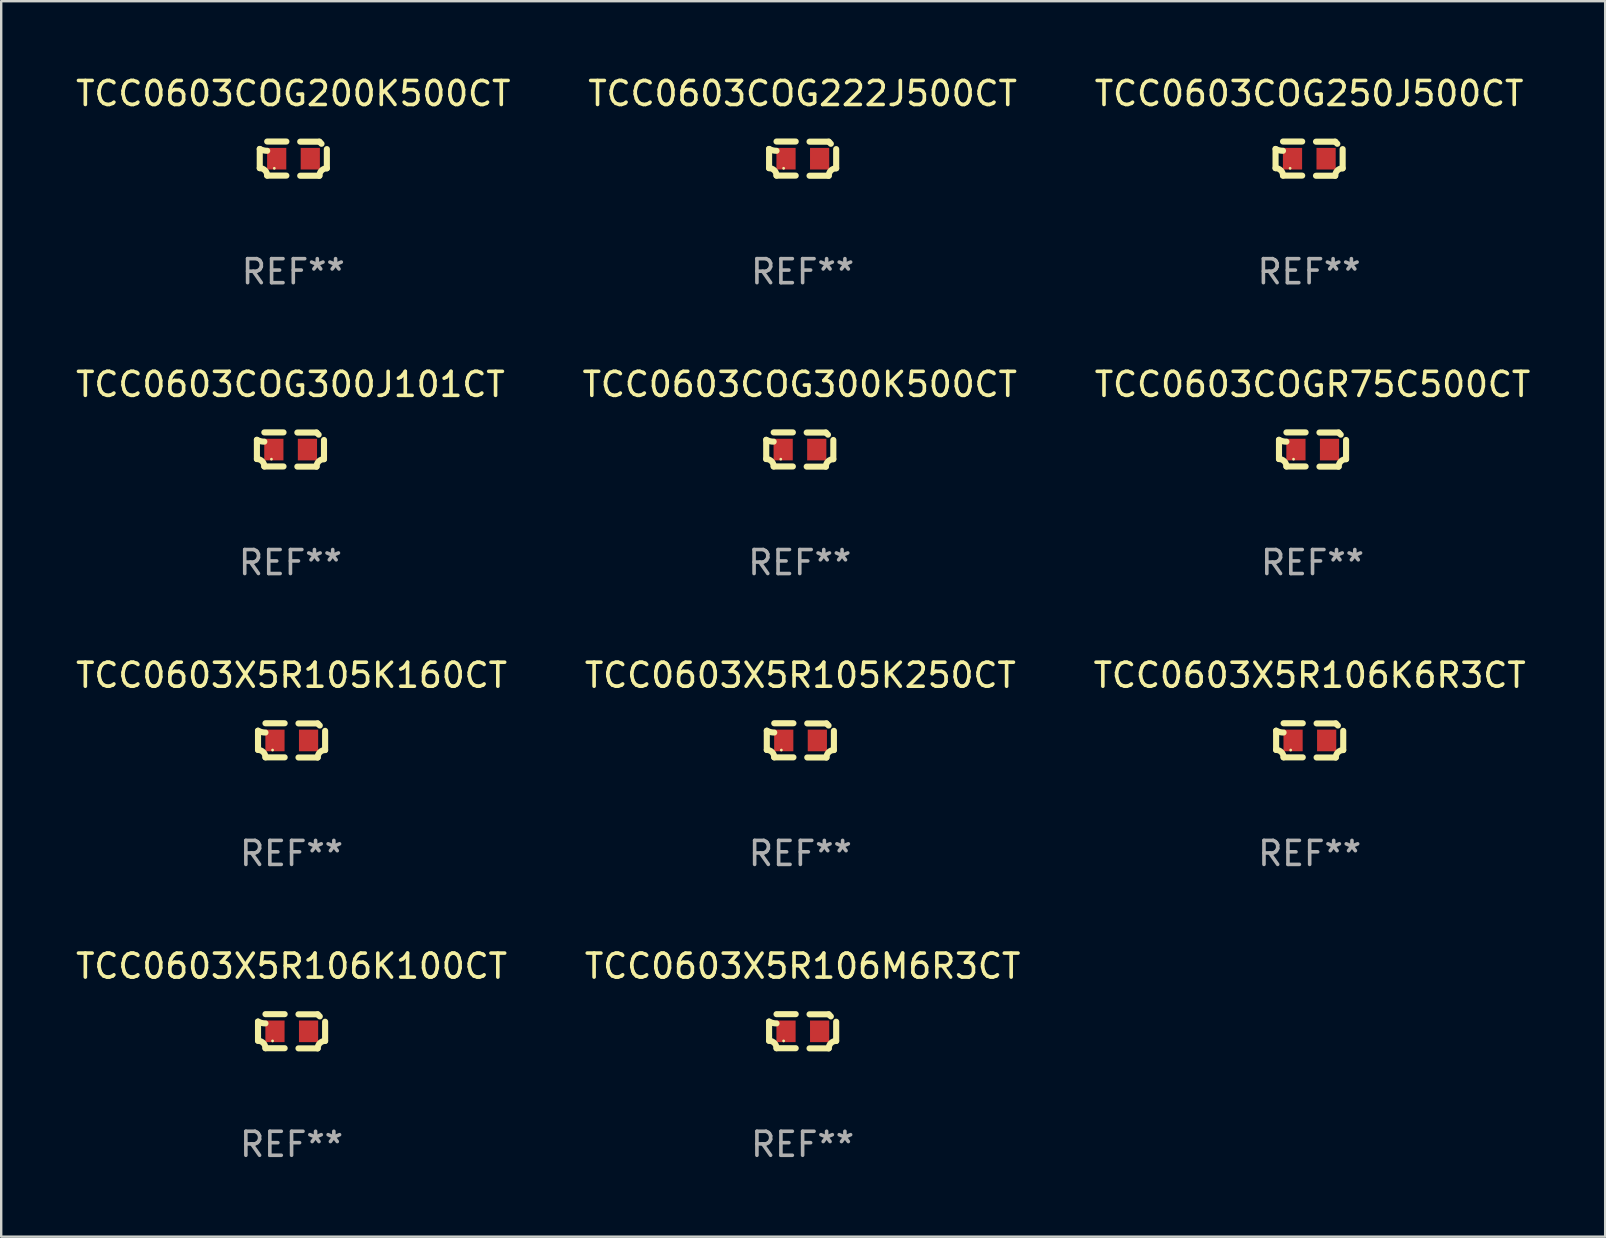
<source format=kicad_pcb>
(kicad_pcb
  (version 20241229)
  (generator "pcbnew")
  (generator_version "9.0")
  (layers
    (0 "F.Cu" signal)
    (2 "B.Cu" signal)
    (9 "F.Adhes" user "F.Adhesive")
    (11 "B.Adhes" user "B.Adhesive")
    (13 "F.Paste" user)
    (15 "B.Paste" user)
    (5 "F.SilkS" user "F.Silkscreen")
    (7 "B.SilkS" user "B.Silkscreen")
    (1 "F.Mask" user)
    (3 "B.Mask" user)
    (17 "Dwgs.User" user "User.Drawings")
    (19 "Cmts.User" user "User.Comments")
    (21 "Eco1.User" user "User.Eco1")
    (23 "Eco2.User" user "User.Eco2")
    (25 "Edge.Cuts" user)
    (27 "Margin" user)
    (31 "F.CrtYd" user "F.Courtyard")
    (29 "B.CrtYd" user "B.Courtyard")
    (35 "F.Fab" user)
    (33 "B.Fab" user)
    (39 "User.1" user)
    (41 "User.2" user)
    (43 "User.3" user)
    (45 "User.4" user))
  (footprint "TCC0603COG222J500CT"
    (layer "F.Cu")
    (at 30.399 3.561)
    (property "Reference" "TCC0603COG222J500CT" (at 0 -2.713 0) (layer "F.SilkS") (effects (font (size 1 1) (thickness 0.15))))
    (attr through_hole)
    (fp_line (start -1.398 -0.403) (end -1.398 0.397) (stroke (width 0.254) (type solid)) (layer "F.SilkS"))
    (fp_line (start -0.288 -0.713) (end -1.088 -0.713) (stroke (width 0.254) (type solid)) (layer "F.SilkS"))
    (fp_line (start -0.288 0.707) (end -1.088 0.707) (stroke (width 0.254) (type solid)) (layer "F.SilkS"))
    (fp_line (start 0.288 -0.707) (end 1.088 -0.707) (stroke (width 0.254) (type solid)) (layer "F.SilkS"))
    (fp_line (start 0.288 0.713) (end 1.088 0.713) (stroke (width 0.254) (type solid)) (layer "F.SilkS"))
    (fp_line (start 1.398 -0.397) (end 1.398 0.403) (stroke (width 0.254) (type solid)) (layer "F.SilkS"))
    (fp_arc (start -1.397789 0.397066) (mid -1.178701 0.487826) (end -1.08796 0.706922) (stroke (width 0.254001) (type solid)) (layer "F.SilkS"))
    (fp_arc (start -1.08796 -0.327176) (mid -1.247436 -0.346384) (end -1.39779 -0.402908) (stroke (width 0.254001) (type solid)) (layer "F.SilkS"))
    (fp_arc (start 1.087909 0.712738) (mid 1.178656 0.493655) (end 1.397739 0.402908) (stroke (width 0.254001) (type solid)) (layer "F.SilkS"))
    (fp_arc (start 1.175925 -0.618926) (mid 1.131917 -0.662923) (end 1.08791 -0.706922) (stroke (width 0.254001) (type solid)) (layer "F.SilkS"))
    (fp_circle (center -0.792 0.403) (end -0.762 0.403) (stroke (width 0.06) (type solid)) (fill no) (layer "F.SilkS"))
    (fp_text user "REF**" (at 0 4.713 0) (layer "F.Fab") (effects (font (size 1 1) (thickness 0.15))))
    (pad "1" smd rect (at -0.692 0.003) (size 0.8 0.9) (layers "F.Cu" "F.Mask" "F.Paste"))
    (pad "2" smd rect (at 0.708 0.003) (size 0.8 0.9) (layers "F.Cu" "F.Mask" "F.Paste")))
  (footprint "TCC0603COG300J101CT"
    (layer "F.Cu")
    (at 9.054 15.683)
    (property "Reference" "TCC0603COG300J101CT" (at 0 -2.713 0) (layer "F.SilkS") (effects (font (size 1 1) (thickness 0.15))))
    (attr through_hole)
    (fp_line (start -1.398 -0.403) (end -1.398 0.397) (stroke (width 0.254) (type solid)) (layer "F.SilkS"))
    (fp_line (start -0.288 -0.713) (end -1.088 -0.713) (stroke (width 0.254) (type solid)) (layer "F.SilkS"))
    (fp_line (start -0.288 0.707) (end -1.088 0.707) (stroke (width 0.254) (type solid)) (layer "F.SilkS"))
    (fp_line (start 0.288 -0.707) (end 1.088 -0.707) (stroke (width 0.254) (type solid)) (layer "F.SilkS"))
    (fp_line (start 0.288 0.713) (end 1.088 0.713) (stroke (width 0.254) (type solid)) (layer "F.SilkS"))
    (fp_line (start 1.398 -0.397) (end 1.398 0.403) (stroke (width 0.254) (type solid)) (layer "F.SilkS"))
    (fp_arc (start -1.397789 0.397066) (mid -1.178701 0.487826) (end -1.08796 0.706922) (stroke (width 0.254001) (type solid)) (layer "F.SilkS"))
    (fp_arc (start -1.08796 -0.327176) (mid -1.247436 -0.346384) (end -1.39779 -0.402908) (stroke (width 0.254001) (type solid)) (layer "F.SilkS"))
    (fp_arc (start 1.087909 0.712738) (mid 1.178656 0.493655) (end 1.397739 0.402908) (stroke (width 0.254001) (type solid)) (layer "F.SilkS"))
    (fp_arc (start 1.175925 -0.618926) (mid 1.131917 -0.662923) (end 1.08791 -0.706922) (stroke (width 0.254001) (type solid)) (layer "F.SilkS"))
    (fp_circle (center -0.792 0.403) (end -0.762 0.403) (stroke (width 0.06) (type solid)) (fill no) (layer "F.SilkS"))
    (fp_text user "REF**" (at 0 4.713 0) (layer "F.Fab") (effects (font (size 1 1) (thickness 0.15))))
    (pad "1" smd rect (at -0.692 0.003) (size 0.8 0.9) (layers "F.Cu" "F.Mask" "F.Paste"))
    (pad "2" smd rect (at 0.708 0.003) (size 0.8 0.9) (layers "F.Cu" "F.Mask" "F.Paste")))
  (footprint "TCC0603X5R106M6R3CT"
    (layer "F.Cu")
    (at 30.399 39.927)
    (property "Reference" "TCC0603X5R106M6R3CT" (at 0 -2.713 0) (layer "F.SilkS") (effects (font (size 1 1) (thickness 0.15))))
    (attr through_hole)
    (fp_line (start -1.398 -0.403) (end -1.398 0.397) (stroke (width 0.254) (type solid)) (layer "F.SilkS"))
    (fp_line (start -0.288 -0.713) (end -1.088 -0.713) (stroke (width 0.254) (type solid)) (layer "F.SilkS"))
    (fp_line (start -0.288 0.707) (end -1.088 0.707) (stroke (width 0.254) (type solid)) (layer "F.SilkS"))
    (fp_line (start 0.288 -0.707) (end 1.088 -0.707) (stroke (width 0.254) (type solid)) (layer "F.SilkS"))
    (fp_line (start 0.288 0.713) (end 1.088 0.713) (stroke (width 0.254) (type solid)) (layer "F.SilkS"))
    (fp_line (start 1.398 -0.397) (end 1.398 0.403) (stroke (width 0.254) (type solid)) (layer "F.SilkS"))
    (fp_arc (start -1.397789 0.397066) (mid -1.178701 0.487826) (end -1.08796 0.706922) (stroke (width 0.254001) (type solid)) (layer "F.SilkS"))
    (fp_arc (start -1.08796 -0.327176) (mid -1.247436 -0.346384) (end -1.39779 -0.402908) (stroke (width 0.254001) (type solid)) (layer "F.SilkS"))
    (fp_arc (start 1.087909 0.712738) (mid 1.178656 0.493655) (end 1.397739 0.402908) (stroke (width 0.254001) (type solid)) (layer "F.SilkS"))
    (fp_arc (start 1.175925 -0.618926) (mid 1.131917 -0.662923) (end 1.08791 -0.706922) (stroke (width 0.254001) (type solid)) (layer "F.SilkS"))
    (fp_circle (center -0.792 0.403) (end -0.762 0.403) (stroke (width 0.06) (type solid)) (fill no) (layer "F.SilkS"))
    (fp_text user "REF**" (at 0 4.713 0) (layer "F.Fab") (effects (font (size 1 1) (thickness 0.15))))
    (pad "1" smd rect (at -0.692 0.003) (size 0.8 0.9) (layers "F.Cu" "F.Mask" "F.Paste"))
    (pad "2" smd rect (at 0.708 0.003) (size 0.8 0.9) (layers "F.Cu" "F.Mask" "F.Paste")))
  (footprint "TCC0603COG200K500CT"
    (layer "F.Cu")
    (at 9.173 3.561)
    (property "Reference" "TCC0603COG200K500CT" (at 0 -2.713 0) (layer "F.SilkS") (effects (font (size 1 1) (thickness 0.15))))
    (attr through_hole)
    (fp_line (start -1.398 -0.403) (end -1.398 0.397) (stroke (width 0.254) (type solid)) (layer "F.SilkS"))
    (fp_line (start -0.288 -0.713) (end -1.088 -0.713) (stroke (width 0.254) (type solid)) (layer "F.SilkS"))
    (fp_line (start -0.288 0.707) (end -1.088 0.707) (stroke (width 0.254) (type solid)) (layer "F.SilkS"))
    (fp_line (start 0.288 -0.707) (end 1.088 -0.707) (stroke (width 0.254) (type solid)) (layer "F.SilkS"))
    (fp_line (start 0.288 0.713) (end 1.088 0.713) (stroke (width 0.254) (type solid)) (layer "F.SilkS"))
    (fp_line (start 1.398 -0.397) (end 1.398 0.403) (stroke (width 0.254) (type solid)) (layer "F.SilkS"))
    (fp_arc (start -1.397789 0.397066) (mid -1.178701 0.487826) (end -1.08796 0.706922) (stroke (width 0.254001) (type solid)) (layer "F.SilkS"))
    (fp_arc (start -1.08796 -0.327176) (mid -1.247436 -0.346384) (end -1.39779 -0.402908) (stroke (width 0.254001) (type solid)) (layer "F.SilkS"))
    (fp_arc (start 1.087909 0.712738) (mid 1.178656 0.493655) (end 1.397739 0.402908) (stroke (width 0.254001) (type solid)) (layer "F.SilkS"))
    (fp_arc (start 1.175925 -0.618926) (mid 1.131917 -0.662923) (end 1.08791 -0.706922) (stroke (width 0.254001) (type solid)) (layer "F.SilkS"))
    (fp_circle (center -0.792 0.403) (end -0.762 0.403) (stroke (width 0.06) (type solid)) (fill no) (layer "F.SilkS"))
    (fp_text user "REF**" (at 0 4.713 0) (layer "F.Fab") (effects (font (size 1 1) (thickness 0.15))))
    (pad "1" smd rect (at -0.692 0.003) (size 0.8 0.9) (layers "F.Cu" "F.Mask" "F.Paste"))
    (pad "2" smd rect (at 0.708 0.003) (size 0.8 0.9) (layers "F.Cu" "F.Mask" "F.Paste")))
  (footprint "TCC0603X5R106K100CT"
    (layer "F.Cu")
    (at 9.101 39.927)
    (property "Reference" "TCC0603X5R106K100CT" (at 0 -2.713 0) (layer "F.SilkS") (effects (font (size 1 1) (thickness 0.15))))
    (attr through_hole)
    (fp_line (start -1.398 -0.403) (end -1.398 0.397) (stroke (width 0.254) (type solid)) (layer "F.SilkS"))
    (fp_line (start -0.288 -0.713) (end -1.088 -0.713) (stroke (width 0.254) (type solid)) (layer "F.SilkS"))
    (fp_line (start -0.288 0.707) (end -1.088 0.707) (stroke (width 0.254) (type solid)) (layer "F.SilkS"))
    (fp_line (start 0.288 -0.707) (end 1.088 -0.707) (stroke (width 0.254) (type solid)) (layer "F.SilkS"))
    (fp_line (start 0.288 0.713) (end 1.088 0.713) (stroke (width 0.254) (type solid)) (layer "F.SilkS"))
    (fp_line (start 1.398 -0.397) (end 1.398 0.403) (stroke (width 0.254) (type solid)) (layer "F.SilkS"))
    (fp_arc (start -1.397789 0.397066) (mid -1.178701 0.487826) (end -1.08796 0.706922) (stroke (width 0.254001) (type solid)) (layer "F.SilkS"))
    (fp_arc (start -1.08796 -0.327176) (mid -1.247436 -0.346384) (end -1.39779 -0.402908) (stroke (width 0.254001) (type solid)) (layer "F.SilkS"))
    (fp_arc (start 1.087909 0.712738) (mid 1.178656 0.493655) (end 1.397739 0.402908) (stroke (width 0.254001) (type solid)) (layer "F.SilkS"))
    (fp_arc (start 1.175925 -0.618926) (mid 1.131917 -0.662923) (end 1.08791 -0.706922) (stroke (width 0.254001) (type solid)) (layer "F.SilkS"))
    (fp_circle (center -0.792 0.403) (end -0.762 0.403) (stroke (width 0.06) (type solid)) (fill no) (layer "F.SilkS"))
    (fp_text user "REF**" (at 0 4.713 0) (layer "F.Fab") (effects (font (size 1 1) (thickness 0.15))))
    (pad "1" smd rect (at -0.692 0.003) (size 0.8 0.9) (layers "F.Cu" "F.Mask" "F.Paste"))
    (pad "2" smd rect (at 0.708 0.003) (size 0.8 0.9) (layers "F.Cu" "F.Mask" "F.Paste")))
  (footprint "TCC0603X5R106K6R3CT"
    (layer "F.Cu")
    (at 51.53 27.805)
    (property "Reference" "TCC0603X5R106K6R3CT" (at 0 -2.713 0) (layer "F.SilkS") (effects (font (size 1 1) (thickness 0.15))))
    (attr through_hole)
    (fp_line (start -1.398 -0.403) (end -1.398 0.397) (stroke (width 0.254) (type solid)) (layer "F.SilkS"))
    (fp_line (start -0.288 -0.713) (end -1.088 -0.713) (stroke (width 0.254) (type solid)) (layer "F.SilkS"))
    (fp_line (start -0.288 0.707) (end -1.088 0.707) (stroke (width 0.254) (type solid)) (layer "F.SilkS"))
    (fp_line (start 0.288 -0.707) (end 1.088 -0.707) (stroke (width 0.254) (type solid)) (layer "F.SilkS"))
    (fp_line (start 0.288 0.713) (end 1.088 0.713) (stroke (width 0.254) (type solid)) (layer "F.SilkS"))
    (fp_line (start 1.398 -0.397) (end 1.398 0.403) (stroke (width 0.254) (type solid)) (layer "F.SilkS"))
    (fp_arc (start -1.397789 0.397066) (mid -1.178701 0.487826) (end -1.08796 0.706922) (stroke (width 0.254001) (type solid)) (layer "F.SilkS"))
    (fp_arc (start -1.08796 -0.327176) (mid -1.247436 -0.346384) (end -1.39779 -0.402908) (stroke (width 0.254001) (type solid)) (layer "F.SilkS"))
    (fp_arc (start 1.087909 0.712738) (mid 1.178656 0.493655) (end 1.397739 0.402908) (stroke (width 0.254001) (type solid)) (layer "F.SilkS"))
    (fp_arc (start 1.175925 -0.618926) (mid 1.131917 -0.662923) (end 1.08791 -0.706922) (stroke (width 0.254001) (type solid)) (layer "F.SilkS"))
    (fp_circle (center -0.792 0.403) (end -0.762 0.403) (stroke (width 0.06) (type solid)) (fill no) (layer "F.SilkS"))
    (fp_text user "REF**" (at 0 4.713 0) (layer "F.Fab") (effects (font (size 1 1) (thickness 0.15))))
    (pad "1" smd rect (at -0.692 0.003) (size 0.8 0.9) (layers "F.Cu" "F.Mask" "F.Paste"))
    (pad "2" smd rect (at 0.708 0.003) (size 0.8 0.9) (layers "F.Cu" "F.Mask" "F.Paste")))
  (footprint "TCC0603X5R105K160CT"
    (layer "F.Cu")
    (at 9.101 27.805)
    (property "Reference" "TCC0603X5R105K160CT" (at 0 -2.713 0) (layer "F.SilkS") (effects (font (size 1 1) (thickness 0.15))))
    (attr through_hole)
    (fp_line (start -1.398 -0.403) (end -1.398 0.397) (stroke (width 0.254) (type solid)) (layer "F.SilkS"))
    (fp_line (start -0.288 -0.713) (end -1.088 -0.713) (stroke (width 0.254) (type solid)) (layer "F.SilkS"))
    (fp_line (start -0.288 0.707) (end -1.088 0.707) (stroke (width 0.254) (type solid)) (layer "F.SilkS"))
    (fp_line (start 0.288 -0.707) (end 1.088 -0.707) (stroke (width 0.254) (type solid)) (layer "F.SilkS"))
    (fp_line (start 0.288 0.713) (end 1.088 0.713) (stroke (width 0.254) (type solid)) (layer "F.SilkS"))
    (fp_line (start 1.398 -0.397) (end 1.398 0.403) (stroke (width 0.254) (type solid)) (layer "F.SilkS"))
    (fp_arc (start -1.397789 0.397066) (mid -1.178701 0.487826) (end -1.08796 0.706922) (stroke (width 0.254001) (type solid)) (layer "F.SilkS"))
    (fp_arc (start -1.08796 -0.327176) (mid -1.247436 -0.346384) (end -1.39779 -0.402908) (stroke (width 0.254001) (type solid)) (layer "F.SilkS"))
    (fp_arc (start 1.087909 0.712738) (mid 1.178656 0.493655) (end 1.397739 0.402908) (stroke (width 0.254001) (type solid)) (layer "F.SilkS"))
    (fp_arc (start 1.175925 -0.618926) (mid 1.131917 -0.662923) (end 1.08791 -0.706922) (stroke (width 0.254001) (type solid)) (layer "F.SilkS"))
    (fp_circle (center -0.792 0.403) (end -0.762 0.403) (stroke (width 0.06) (type solid)) (fill no) (layer "F.SilkS"))
    (fp_text user "REF**" (at 0 4.713 0) (layer "F.Fab") (effects (font (size 1 1) (thickness 0.15))))
    (pad "1" smd rect (at -0.692 0.003) (size 0.8 0.9) (layers "F.Cu" "F.Mask" "F.Paste"))
    (pad "2" smd rect (at 0.708 0.003) (size 0.8 0.9) (layers "F.Cu" "F.Mask" "F.Paste")))
  (footprint "TCC0603COG300K500CT"
    (layer "F.Cu")
    (at 30.28 15.683)
    (property "Reference" "TCC0603COG300K500CT" (at 0 -2.713 0) (layer "F.SilkS") (effects (font (size 1 1) (thickness 0.15))))
    (attr through_hole)
    (fp_line (start -1.398 -0.403) (end -1.398 0.397) (stroke (width 0.254) (type solid)) (layer "F.SilkS"))
    (fp_line (start -0.288 -0.713) (end -1.088 -0.713) (stroke (width 0.254) (type solid)) (layer "F.SilkS"))
    (fp_line (start -0.288 0.707) (end -1.088 0.707) (stroke (width 0.254) (type solid)) (layer "F.SilkS"))
    (fp_line (start 0.288 -0.707) (end 1.088 -0.707) (stroke (width 0.254) (type solid)) (layer "F.SilkS"))
    (fp_line (start 0.288 0.713) (end 1.088 0.713) (stroke (width 0.254) (type solid)) (layer "F.SilkS"))
    (fp_line (start 1.398 -0.397) (end 1.398 0.403) (stroke (width 0.254) (type solid)) (layer "F.SilkS"))
    (fp_arc (start -1.397789 0.397066) (mid -1.178701 0.487826) (end -1.08796 0.706922) (stroke (width 0.254001) (type solid)) (layer "F.SilkS"))
    (fp_arc (start -1.08796 -0.327176) (mid -1.247436 -0.346384) (end -1.39779 -0.402908) (stroke (width 0.254001) (type solid)) (layer "F.SilkS"))
    (fp_arc (start 1.087909 0.712738) (mid 1.178656 0.493655) (end 1.397739 0.402908) (stroke (width 0.254001) (type solid)) (layer "F.SilkS"))
    (fp_arc (start 1.175925 -0.618926) (mid 1.131917 -0.662923) (end 1.08791 -0.706922) (stroke (width 0.254001) (type solid)) (layer "F.SilkS"))
    (fp_circle (center -0.792 0.403) (end -0.762 0.403) (stroke (width 0.06) (type solid)) (fill no) (layer "F.SilkS"))
    (fp_text user "REF**" (at 0 4.713 0) (layer "F.Fab") (effects (font (size 1 1) (thickness 0.15))))
    (pad "1" smd rect (at -0.692 0.003) (size 0.8 0.9) (layers "F.Cu" "F.Mask" "F.Paste"))
    (pad "2" smd rect (at 0.708 0.003) (size 0.8 0.9) (layers "F.Cu" "F.Mask" "F.Paste")))
  (footprint "TCC0603COGR75C500CT"
    (layer "F.Cu")
    (at 51.649 15.683)
    (property "Reference" "TCC0603COGR75C500CT" (at 0 -2.713 0) (layer "F.SilkS") (effects (font (size 1 1) (thickness 0.15))))
    (attr through_hole)
    (fp_line (start -1.398 -0.403) (end -1.398 0.397) (stroke (width 0.254) (type solid)) (layer "F.SilkS"))
    (fp_line (start -0.288 -0.713) (end -1.088 -0.713) (stroke (width 0.254) (type solid)) (layer "F.SilkS"))
    (fp_line (start -0.288 0.707) (end -1.088 0.707) (stroke (width 0.254) (type solid)) (layer "F.SilkS"))
    (fp_line (start 0.288 -0.707) (end 1.088 -0.707) (stroke (width 0.254) (type solid)) (layer "F.SilkS"))
    (fp_line (start 0.288 0.713) (end 1.088 0.713) (stroke (width 0.254) (type solid)) (layer "F.SilkS"))
    (fp_line (start 1.398 -0.397) (end 1.398 0.403) (stroke (width 0.254) (type solid)) (layer "F.SilkS"))
    (fp_arc (start -1.397789 0.397066) (mid -1.178701 0.487826) (end -1.08796 0.706922) (stroke (width 0.254001) (type solid)) (layer "F.SilkS"))
    (fp_arc (start -1.08796 -0.327176) (mid -1.247436 -0.346384) (end -1.39779 -0.402908) (stroke (width 0.254001) (type solid)) (layer "F.SilkS"))
    (fp_arc (start 1.087909 0.712738) (mid 1.178656 0.493655) (end 1.397739 0.402908) (stroke (width 0.254001) (type solid)) (layer "F.SilkS"))
    (fp_arc (start 1.175925 -0.618926) (mid 1.131917 -0.662923) (end 1.08791 -0.706922) (stroke (width 0.254001) (type solid)) (layer "F.SilkS"))
    (fp_circle (center -0.792 0.403) (end -0.762 0.403) (stroke (width 0.06) (type solid)) (fill no) (layer "F.SilkS"))
    (fp_text user "REF**" (at 0 4.713 0) (layer "F.Fab") (effects (font (size 1 1) (thickness 0.15))))
    (pad "1" smd rect (at -0.692 0.003) (size 0.8 0.9) (layers "F.Cu" "F.Mask" "F.Paste"))
    (pad "2" smd rect (at 0.708 0.003) (size 0.8 0.9) (layers "F.Cu" "F.Mask" "F.Paste")))
  (footprint "TCC0603X5R105K250CT"
    (layer "F.Cu")
    (at 30.304 27.805)
    (property "Reference" "TCC0603X5R105K250CT" (at 0 -2.713 0) (layer "F.SilkS") (effects (font (size 1 1) (thickness 0.15))))
    (attr through_hole)
    (fp_line (start -1.398 -0.403) (end -1.398 0.397) (stroke (width 0.254) (type solid)) (layer "F.SilkS"))
    (fp_line (start -0.288 -0.713) (end -1.088 -0.713) (stroke (width 0.254) (type solid)) (layer "F.SilkS"))
    (fp_line (start -0.288 0.707) (end -1.088 0.707) (stroke (width 0.254) (type solid)) (layer "F.SilkS"))
    (fp_line (start 0.288 -0.707) (end 1.088 -0.707) (stroke (width 0.254) (type solid)) (layer "F.SilkS"))
    (fp_line (start 0.288 0.713) (end 1.088 0.713) (stroke (width 0.254) (type solid)) (layer "F.SilkS"))
    (fp_line (start 1.398 -0.397) (end 1.398 0.403) (stroke (width 0.254) (type solid)) (layer "F.SilkS"))
    (fp_arc (start -1.397789 0.397066) (mid -1.178701 0.487826) (end -1.08796 0.706922) (stroke (width 0.254001) (type solid)) (layer "F.SilkS"))
    (fp_arc (start -1.08796 -0.327176) (mid -1.247436 -0.346384) (end -1.39779 -0.402908) (stroke (width 0.254001) (type solid)) (layer "F.SilkS"))
    (fp_arc (start 1.087909 0.712738) (mid 1.178656 0.493655) (end 1.397739 0.402908) (stroke (width 0.254001) (type solid)) (layer "F.SilkS"))
    (fp_arc (start 1.175925 -0.618926) (mid 1.131917 -0.662923) (end 1.08791 -0.706922) (stroke (width 0.254001) (type solid)) (layer "F.SilkS"))
    (fp_circle (center -0.792 0.403) (end -0.762 0.403) (stroke (width 0.06) (type solid)) (fill no) (layer "F.SilkS"))
    (fp_text user "REF**" (at 0 4.713 0) (layer "F.Fab") (effects (font (size 1 1) (thickness 0.15))))
    (pad "1" smd rect (at -0.692 0.003) (size 0.8 0.9) (layers "F.Cu" "F.Mask" "F.Paste"))
    (pad "2" smd rect (at 0.708 0.003) (size 0.8 0.9) (layers "F.Cu" "F.Mask" "F.Paste")))
  (footprint "TCC0603COG250J500CT"
    (layer "F.Cu")
    (at 51.506 3.561)
    (property "Reference" "TCC0603COG250J500CT" (at 0 -2.713 0) (layer "F.SilkS") (effects (font (size 1 1) (thickness 0.15))))
    (attr through_hole)
    (fp_line (start -1.398 -0.403) (end -1.398 0.397) (stroke (width 0.254) (type solid)) (layer "F.SilkS"))
    (fp_line (start -0.288 -0.713) (end -1.088 -0.713) (stroke (width 0.254) (type solid)) (layer "F.SilkS"))
    (fp_line (start -0.288 0.707) (end -1.088 0.707) (stroke (width 0.254) (type solid)) (layer "F.SilkS"))
    (fp_line (start 0.288 -0.707) (end 1.088 -0.707) (stroke (width 0.254) (type solid)) (layer "F.SilkS"))
    (fp_line (start 0.288 0.713) (end 1.088 0.713) (stroke (width 0.254) (type solid)) (layer "F.SilkS"))
    (fp_line (start 1.398 -0.397) (end 1.398 0.403) (stroke (width 0.254) (type solid)) (layer "F.SilkS"))
    (fp_arc (start -1.397789 0.397066) (mid -1.178701 0.487826) (end -1.08796 0.706922) (stroke (width 0.254001) (type solid)) (layer "F.SilkS"))
    (fp_arc (start -1.08796 -0.327176) (mid -1.247436 -0.346384) (end -1.39779 -0.402908) (stroke (width 0.254001) (type solid)) (layer "F.SilkS"))
    (fp_arc (start 1.087909 0.712738) (mid 1.178656 0.493655) (end 1.397739 0.402908) (stroke (width 0.254001) (type solid)) (layer "F.SilkS"))
    (fp_arc (start 1.175925 -0.618926) (mid 1.131917 -0.662923) (end 1.08791 -0.706922) (stroke (width 0.254001) (type solid)) (layer "F.SilkS"))
    (fp_circle (center -0.792 0.403) (end -0.762 0.403) (stroke (width 0.06) (type solid)) (fill no) (layer "F.SilkS"))
    (fp_text user "REF**" (at 0 4.713 0) (layer "F.Fab") (effects (font (size 1 1) (thickness 0.15))))
    (pad "1" smd rect (at -0.692 0.003) (size 0.8 0.9) (layers "F.Cu" "F.Mask" "F.Paste"))
    (pad "2" smd rect (at 0.708 0.003) (size 0.8 0.9) (layers "F.Cu" "F.Mask" "F.Paste")))
  (gr_rect
    (start -3 -3)
    (end 63.845 48.488)
    (stroke (width 0.1) (type default))
    (fill no)
    (layer "Edge.Cuts")))
</source>
